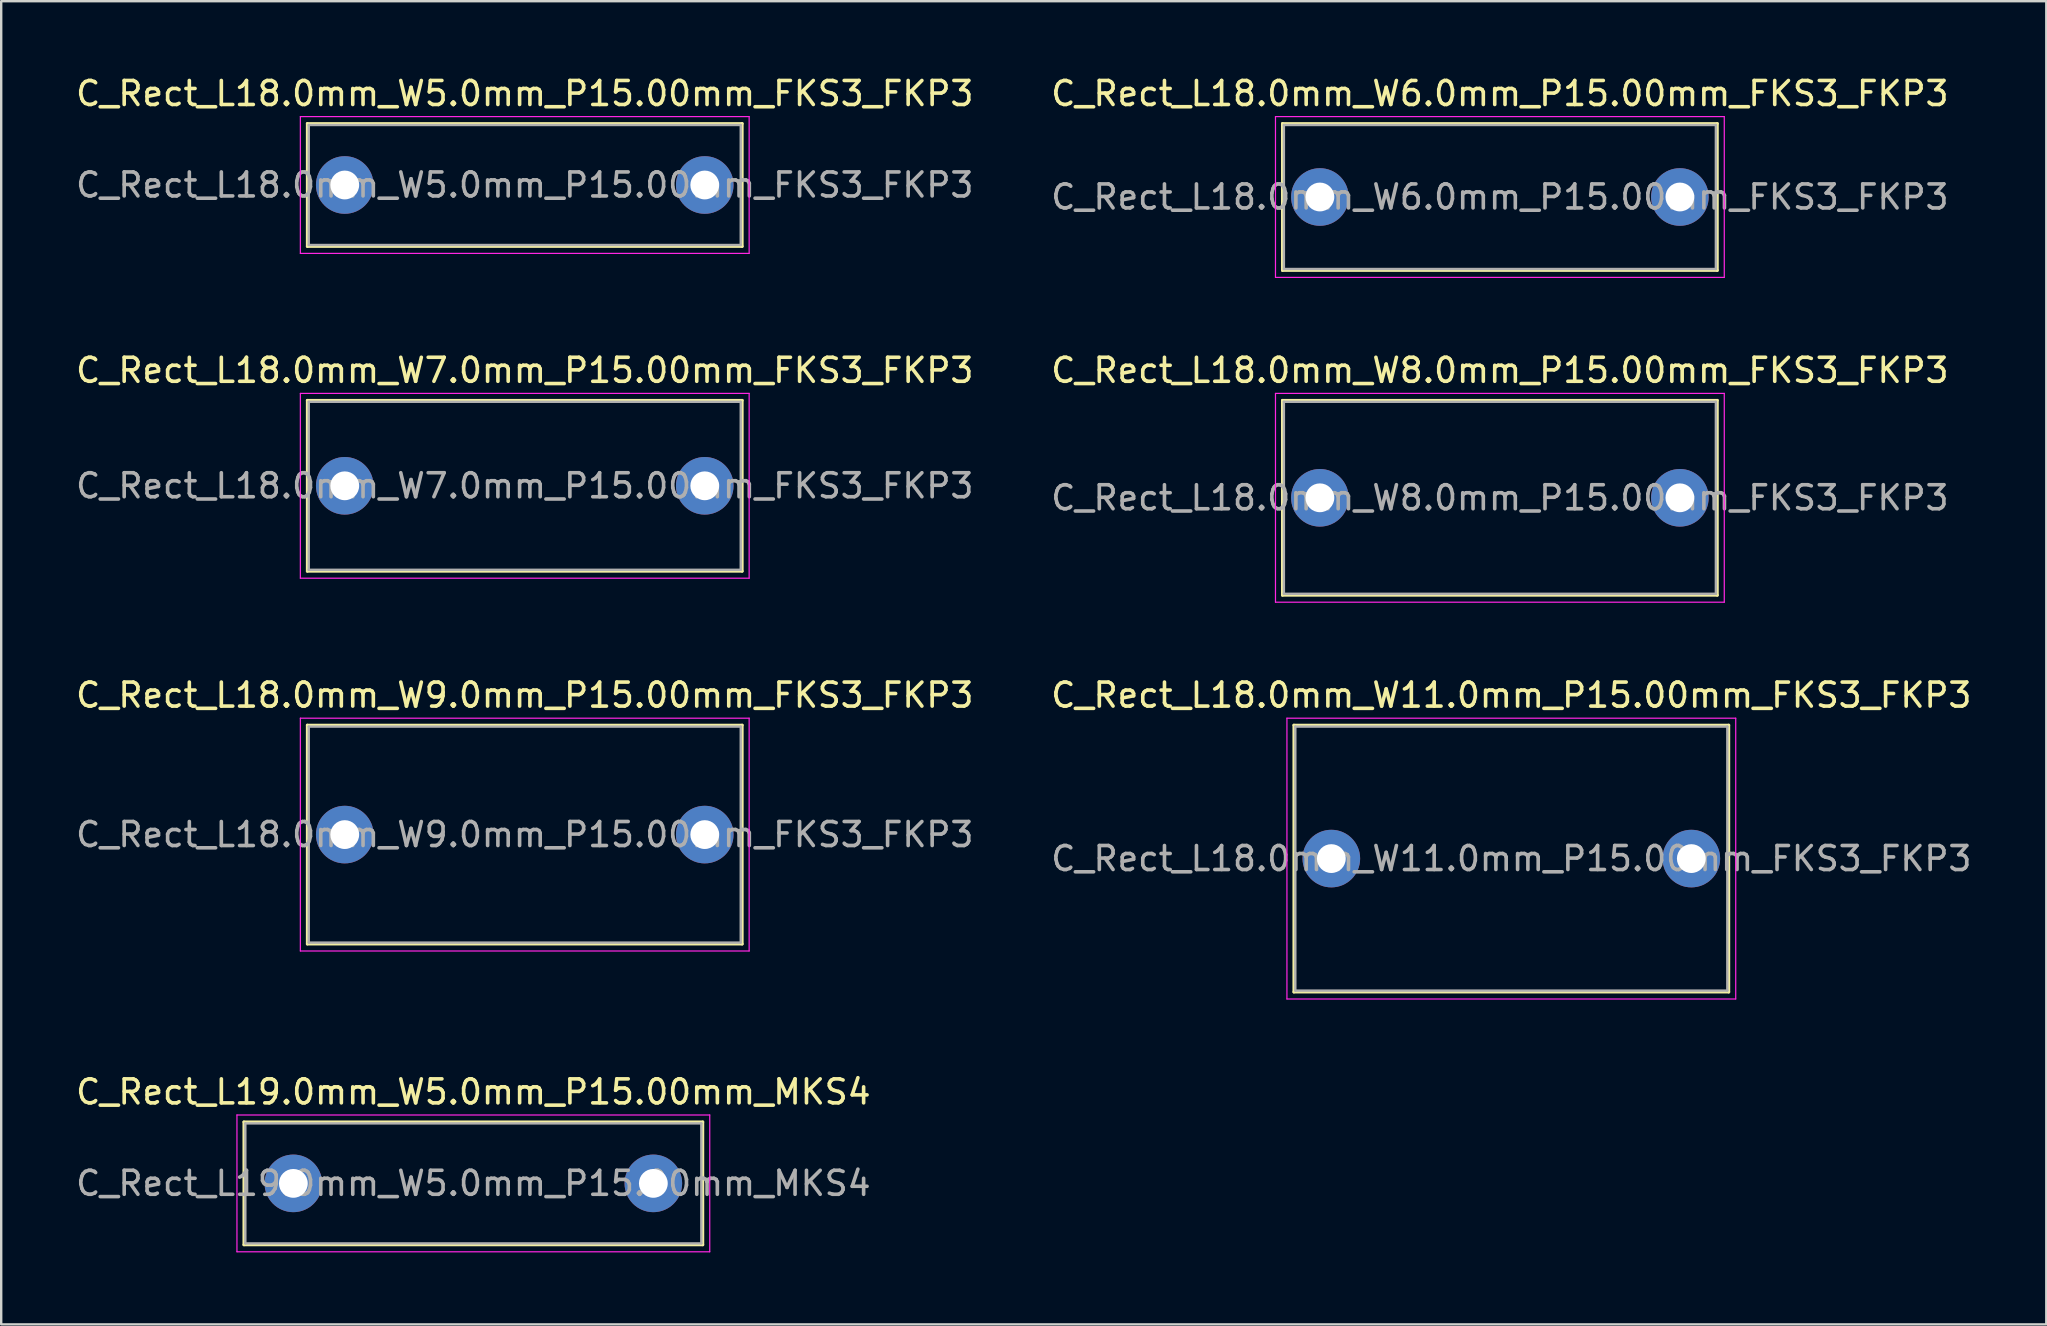
<source format=kicad_pcb>
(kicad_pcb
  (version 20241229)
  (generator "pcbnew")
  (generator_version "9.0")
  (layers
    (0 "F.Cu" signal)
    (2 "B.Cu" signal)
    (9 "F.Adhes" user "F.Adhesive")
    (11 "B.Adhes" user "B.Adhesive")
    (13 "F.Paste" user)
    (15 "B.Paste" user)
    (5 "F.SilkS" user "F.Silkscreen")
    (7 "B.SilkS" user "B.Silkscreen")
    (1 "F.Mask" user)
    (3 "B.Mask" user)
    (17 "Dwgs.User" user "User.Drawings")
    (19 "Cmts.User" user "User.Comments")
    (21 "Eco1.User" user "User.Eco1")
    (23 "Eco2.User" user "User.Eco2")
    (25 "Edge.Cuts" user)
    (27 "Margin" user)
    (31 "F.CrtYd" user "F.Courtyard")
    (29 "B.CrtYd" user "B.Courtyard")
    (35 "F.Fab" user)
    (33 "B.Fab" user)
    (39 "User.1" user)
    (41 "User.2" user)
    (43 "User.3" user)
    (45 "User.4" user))
  (footprint "C_Rect_L18.0mm_W5.0mm_P15.00mm_FKS3_FKP3"
    (layer "F.Cu")
    (at 11.315 4.658)
    (property "Reference" "C_Rect_L18.0mm_W5.0mm_P15.00mm_FKS3_FKP3" (at 7.5 -3.81 0) (layer "F.SilkS") (effects (font (size 1 1) (thickness 0.15))))
    (attr through_hole)
    (fp_line (start -1.56 -2.56) (end -1.56 2.56) (stroke (width 0.12) (type solid)) (layer "F.SilkS"))
    (fp_line (start -1.56 -2.56) (end 16.56 -2.56) (stroke (width 0.12) (type solid)) (layer "F.SilkS"))
    (fp_line (start -1.56 2.56) (end 16.56 2.56) (stroke (width 0.12) (type solid)) (layer "F.SilkS"))
    (fp_line (start 16.56 -2.56) (end 16.56 2.56) (stroke (width 0.12) (type solid)) (layer "F.SilkS"))
    (fp_line (start -1.85 -2.85) (end -1.85 2.85) (stroke (width 0.05) (type solid)) (layer "F.CrtYd"))
    (fp_line (start -1.85 2.85) (end 16.85 2.85) (stroke (width 0.05) (type solid)) (layer "F.CrtYd"))
    (fp_line (start 16.85 -2.85) (end -1.85 -2.85) (stroke (width 0.05) (type solid)) (layer "F.CrtYd"))
    (fp_line (start 16.85 2.85) (end 16.85 -2.85) (stroke (width 0.05) (type solid)) (layer "F.CrtYd"))
    (fp_line (start -1.5 -2.5) (end -1.5 2.5) (stroke (width 0.1) (type solid)) (layer "F.Fab"))
    (fp_line (start -1.5 2.5) (end 16.5 2.5) (stroke (width 0.1) (type solid)) (layer "F.Fab"))
    (fp_line (start 16.5 -2.5) (end -1.5 -2.5) (stroke (width 0.1) (type solid)) (layer "F.Fab"))
    (fp_line (start 16.5 2.5) (end 16.5 -2.5) (stroke (width 0.1) (type solid)) (layer "F.Fab"))
    (fp_text user "${REFERENCE}" (at 7.5 0 0) (layer "F.Fab") (effects (font (size 1 1) (thickness 0.15))))
    (pad "1" thru_hole circle (at 0 0) (size 2.4 2.4) (drill 1.2) (layers "*.Cu" "*.Mask"))
    (pad "2" thru_hole circle (at 15 0) (size 2.4 2.4) (drill 1.2) (layers "*.Cu" "*.Mask")))
  (footprint "C_Rect_L19.0mm_W5.0mm_P15.00mm_MKS4"
    (layer "F.Cu")
    (at 9.173 46.258)
    (property "Reference" "C_Rect_L19.0mm_W5.0mm_P15.00mm_MKS4" (at 7.5 -3.81 0) (layer "F.SilkS") (effects (font (size 1 1) (thickness 0.15))))
    (attr through_hole)
    (fp_line (start -2.06 -2.56) (end -2.06 2.56) (stroke (width 0.12) (type solid)) (layer "F.SilkS"))
    (fp_line (start -2.06 -2.56) (end 17.06 -2.56) (stroke (width 0.12) (type solid)) (layer "F.SilkS"))
    (fp_line (start -2.06 2.56) (end 17.06 2.56) (stroke (width 0.12) (type solid)) (layer "F.SilkS"))
    (fp_line (start 17.06 -2.56) (end 17.06 2.56) (stroke (width 0.12) (type solid)) (layer "F.SilkS"))
    (fp_line (start -2.35 -2.85) (end -2.35 2.85) (stroke (width 0.05) (type solid)) (layer "F.CrtYd"))
    (fp_line (start -2.35 2.85) (end 17.35 2.85) (stroke (width 0.05) (type solid)) (layer "F.CrtYd"))
    (fp_line (start 17.35 -2.85) (end -2.35 -2.85) (stroke (width 0.05) (type solid)) (layer "F.CrtYd"))
    (fp_line (start 17.35 2.85) (end 17.35 -2.85) (stroke (width 0.05) (type solid)) (layer "F.CrtYd"))
    (fp_line (start -2 -2.5) (end -2 2.5) (stroke (width 0.1) (type solid)) (layer "F.Fab"))
    (fp_line (start -2 2.5) (end 17 2.5) (stroke (width 0.1) (type solid)) (layer "F.Fab"))
    (fp_line (start 17 -2.5) (end -2 -2.5) (stroke (width 0.1) (type solid)) (layer "F.Fab"))
    (fp_line (start 17 2.5) (end 17 -2.5) (stroke (width 0.1) (type solid)) (layer "F.Fab"))
    (fp_text user "${REFERENCE}" (at 7.5 0 0) (layer "F.Fab") (effects (font (size 1 1) (thickness 0.15))))
    (pad "1" thru_hole circle (at 0 0) (size 2.4 2.4) (drill 1.2) (layers "*.Cu" "*.Mask"))
    (pad "2" thru_hole circle (at 15 0) (size 2.4 2.4) (drill 1.2) (layers "*.Cu" "*.Mask")))
  (footprint "C_Rect_L18.0mm_W8.0mm_P15.00mm_FKS3_FKP3"
    (layer "F.Cu")
    (at 51.946 17.692)
    (property "Reference" "C_Rect_L18.0mm_W8.0mm_P15.00mm_FKS3_FKP3" (at 7.5 -5.31 0) (layer "F.SilkS") (effects (font (size 1 1) (thickness 0.15))))
    (attr through_hole)
    (fp_line (start -1.56 -4.06) (end -1.56 4.06) (stroke (width 0.12) (type solid)) (layer "F.SilkS"))
    (fp_line (start -1.56 -4.06) (end 16.56 -4.06) (stroke (width 0.12) (type solid)) (layer "F.SilkS"))
    (fp_line (start -1.56 4.06) (end 16.56 4.06) (stroke (width 0.12) (type solid)) (layer "F.SilkS"))
    (fp_line (start 16.56 -4.06) (end 16.56 4.06) (stroke (width 0.12) (type solid)) (layer "F.SilkS"))
    (fp_line (start -1.85 -4.35) (end -1.85 4.35) (stroke (width 0.05) (type solid)) (layer "F.CrtYd"))
    (fp_line (start -1.85 4.35) (end 16.85 4.35) (stroke (width 0.05) (type solid)) (layer "F.CrtYd"))
    (fp_line (start 16.85 -4.35) (end -1.85 -4.35) (stroke (width 0.05) (type solid)) (layer "F.CrtYd"))
    (fp_line (start 16.85 4.35) (end 16.85 -4.35) (stroke (width 0.05) (type solid)) (layer "F.CrtYd"))
    (fp_line (start -1.5 -4) (end -1.5 4) (stroke (width 0.1) (type solid)) (layer "F.Fab"))
    (fp_line (start -1.5 4) (end 16.5 4) (stroke (width 0.1) (type solid)) (layer "F.Fab"))
    (fp_line (start 16.5 -4) (end -1.5 -4) (stroke (width 0.1) (type solid)) (layer "F.Fab"))
    (fp_line (start 16.5 4) (end 16.5 -4) (stroke (width 0.1) (type solid)) (layer "F.Fab"))
    (fp_text user "${REFERENCE}" (at 7.5 0 0) (layer "F.Fab") (effects (font (size 1 1) (thickness 0.15))))
    (pad "1" thru_hole circle (at 0 0) (size 2.4 2.4) (drill 1.2) (layers "*.Cu" "*.Mask"))
    (pad "2" thru_hole circle (at 15 0) (size 2.4 2.4) (drill 1.2) (layers "*.Cu" "*.Mask")))
  (footprint "C_Rect_L18.0mm_W9.0mm_P15.00mm_FKS3_FKP3"
    (layer "F.Cu")
    (at 11.315 31.725)
    (property "Reference" "C_Rect_L18.0mm_W9.0mm_P15.00mm_FKS3_FKP3" (at 7.5 -5.81 0) (layer "F.SilkS") (effects (font (size 1 1) (thickness 0.15))))
    (attr through_hole)
    (fp_line (start -1.56 -4.56) (end -1.56 4.56) (stroke (width 0.12) (type solid)) (layer "F.SilkS"))
    (fp_line (start -1.56 -4.56) (end 16.56 -4.56) (stroke (width 0.12) (type solid)) (layer "F.SilkS"))
    (fp_line (start -1.56 4.56) (end 16.56 4.56) (stroke (width 0.12) (type solid)) (layer "F.SilkS"))
    (fp_line (start 16.56 -4.56) (end 16.56 4.56) (stroke (width 0.12) (type solid)) (layer "F.SilkS"))
    (fp_line (start -1.85 -4.85) (end -1.85 4.85) (stroke (width 0.05) (type solid)) (layer "F.CrtYd"))
    (fp_line (start -1.85 4.85) (end 16.85 4.85) (stroke (width 0.05) (type solid)) (layer "F.CrtYd"))
    (fp_line (start 16.85 -4.85) (end -1.85 -4.85) (stroke (width 0.05) (type solid)) (layer "F.CrtYd"))
    (fp_line (start 16.85 4.85) (end 16.85 -4.85) (stroke (width 0.05) (type solid)) (layer "F.CrtYd"))
    (fp_line (start -1.5 -4.5) (end -1.5 4.5) (stroke (width 0.1) (type solid)) (layer "F.Fab"))
    (fp_line (start -1.5 4.5) (end 16.5 4.5) (stroke (width 0.1) (type solid)) (layer "F.Fab"))
    (fp_line (start 16.5 -4.5) (end -1.5 -4.5) (stroke (width 0.1) (type solid)) (layer "F.Fab"))
    (fp_line (start 16.5 4.5) (end 16.5 -4.5) (stroke (width 0.1) (type solid)) (layer "F.Fab"))
    (fp_text user "${REFERENCE}" (at 7.5 0 0) (layer "F.Fab") (effects (font (size 1 1) (thickness 0.15))))
    (pad "1" thru_hole circle (at 0 0) (size 2.4 2.4) (drill 1.2) (layers "*.Cu" "*.Mask"))
    (pad "2" thru_hole circle (at 15 0) (size 2.4 2.4) (drill 1.2) (layers "*.Cu" "*.Mask")))
  (footprint "C_Rect_L18.0mm_W7.0mm_P15.00mm_FKS3_FKP3"
    (layer "F.Cu")
    (at 11.315 17.192)
    (property "Reference" "C_Rect_L18.0mm_W7.0mm_P15.00mm_FKS3_FKP3" (at 7.5 -4.81 0) (layer "F.SilkS") (effects (font (size 1 1) (thickness 0.15))))
    (attr through_hole)
    (fp_line (start -1.56 -3.56) (end -1.56 3.56) (stroke (width 0.12) (type solid)) (layer "F.SilkS"))
    (fp_line (start -1.56 -3.56) (end 16.56 -3.56) (stroke (width 0.12) (type solid)) (layer "F.SilkS"))
    (fp_line (start -1.56 3.56) (end 16.56 3.56) (stroke (width 0.12) (type solid)) (layer "F.SilkS"))
    (fp_line (start 16.56 -3.56) (end 16.56 3.56) (stroke (width 0.12) (type solid)) (layer "F.SilkS"))
    (fp_line (start -1.85 -3.85) (end -1.85 3.85) (stroke (width 0.05) (type solid)) (layer "F.CrtYd"))
    (fp_line (start -1.85 3.85) (end 16.85 3.85) (stroke (width 0.05) (type solid)) (layer "F.CrtYd"))
    (fp_line (start 16.85 -3.85) (end -1.85 -3.85) (stroke (width 0.05) (type solid)) (layer "F.CrtYd"))
    (fp_line (start 16.85 3.85) (end 16.85 -3.85) (stroke (width 0.05) (type solid)) (layer "F.CrtYd"))
    (fp_line (start -1.5 -3.5) (end -1.5 3.5) (stroke (width 0.1) (type solid)) (layer "F.Fab"))
    (fp_line (start -1.5 3.5) (end 16.5 3.5) (stroke (width 0.1) (type solid)) (layer "F.Fab"))
    (fp_line (start 16.5 -3.5) (end -1.5 -3.5) (stroke (width 0.1) (type solid)) (layer "F.Fab"))
    (fp_line (start 16.5 3.5) (end 16.5 -3.5) (stroke (width 0.1) (type solid)) (layer "F.Fab"))
    (fp_text user "${REFERENCE}" (at 7.5 0 0) (layer "F.Fab") (effects (font (size 1 1) (thickness 0.15))))
    (pad "1" thru_hole circle (at 0 0) (size 2.4 2.4) (drill 1.2) (layers "*.Cu" "*.Mask"))
    (pad "2" thru_hole circle (at 15 0) (size 2.4 2.4) (drill 1.2) (layers "*.Cu" "*.Mask")))
  (footprint "C_Rect_L18.0mm_W11.0mm_P15.00mm_FKS3_FKP3"
    (layer "F.Cu")
    (at 52.423 32.725)
    (property "Reference" "C_Rect_L18.0mm_W11.0mm_P15.00mm_FKS3_FKP3" (at 7.5 -6.81 0) (layer "F.SilkS") (effects (font (size 1 1) (thickness 0.15))))
    (attr through_hole)
    (fp_line (start -1.56 -5.56) (end -1.56 5.56) (stroke (width 0.12) (type solid)) (layer "F.SilkS"))
    (fp_line (start -1.56 -5.56) (end 16.56 -5.56) (stroke (width 0.12) (type solid)) (layer "F.SilkS"))
    (fp_line (start -1.56 5.56) (end 16.56 5.56) (stroke (width 0.12) (type solid)) (layer "F.SilkS"))
    (fp_line (start 16.56 -5.56) (end 16.56 5.56) (stroke (width 0.12) (type solid)) (layer "F.SilkS"))
    (fp_line (start -1.85 -5.85) (end -1.85 5.85) (stroke (width 0.05) (type solid)) (layer "F.CrtYd"))
    (fp_line (start -1.85 5.85) (end 16.85 5.85) (stroke (width 0.05) (type solid)) (layer "F.CrtYd"))
    (fp_line (start 16.85 -5.85) (end -1.85 -5.85) (stroke (width 0.05) (type solid)) (layer "F.CrtYd"))
    (fp_line (start 16.85 5.85) (end 16.85 -5.85) (stroke (width 0.05) (type solid)) (layer "F.CrtYd"))
    (fp_line (start -1.5 -5.5) (end -1.5 5.5) (stroke (width 0.1) (type solid)) (layer "F.Fab"))
    (fp_line (start -1.5 5.5) (end 16.5 5.5) (stroke (width 0.1) (type solid)) (layer "F.Fab"))
    (fp_line (start 16.5 -5.5) (end -1.5 -5.5) (stroke (width 0.1) (type solid)) (layer "F.Fab"))
    (fp_line (start 16.5 5.5) (end 16.5 -5.5) (stroke (width 0.1) (type solid)) (layer "F.Fab"))
    (fp_text user "${REFERENCE}" (at 7.5 0 0) (layer "F.Fab") (effects (font (size 1 1) (thickness 0.15))))
    (pad "1" thru_hole circle (at 0 0) (size 2.4 2.4) (drill 1.2) (layers "*.Cu" "*.Mask"))
    (pad "2" thru_hole circle (at 15 0) (size 2.4 2.4) (drill 1.2) (layers "*.Cu" "*.Mask")))
  (footprint "C_Rect_L18.0mm_W6.0mm_P15.00mm_FKS3_FKP3"
    (layer "F.Cu")
    (at 51.946 5.158)
    (property "Reference" "C_Rect_L18.0mm_W6.0mm_P15.00mm_FKS3_FKP3" (at 7.5 -4.31 0) (layer "F.SilkS") (effects (font (size 1 1) (thickness 0.15))))
    (attr through_hole)
    (fp_line (start -1.56 -3.06) (end -1.56 3.06) (stroke (width 0.12) (type solid)) (layer "F.SilkS"))
    (fp_line (start -1.56 -3.06) (end 16.56 -3.06) (stroke (width 0.12) (type solid)) (layer "F.SilkS"))
    (fp_line (start -1.56 3.06) (end 16.56 3.06) (stroke (width 0.12) (type solid)) (layer "F.SilkS"))
    (fp_line (start 16.56 -3.06) (end 16.56 3.06) (stroke (width 0.12) (type solid)) (layer "F.SilkS"))
    (fp_line (start -1.85 -3.35) (end -1.85 3.35) (stroke (width 0.05) (type solid)) (layer "F.CrtYd"))
    (fp_line (start -1.85 3.35) (end 16.85 3.35) (stroke (width 0.05) (type solid)) (layer "F.CrtYd"))
    (fp_line (start 16.85 -3.35) (end -1.85 -3.35) (stroke (width 0.05) (type solid)) (layer "F.CrtYd"))
    (fp_line (start 16.85 3.35) (end 16.85 -3.35) (stroke (width 0.05) (type solid)) (layer "F.CrtYd"))
    (fp_line (start -1.5 -3) (end -1.5 3) (stroke (width 0.1) (type solid)) (layer "F.Fab"))
    (fp_line (start -1.5 3) (end 16.5 3) (stroke (width 0.1) (type solid)) (layer "F.Fab"))
    (fp_line (start 16.5 -3) (end -1.5 -3) (stroke (width 0.1) (type solid)) (layer "F.Fab"))
    (fp_line (start 16.5 3) (end 16.5 -3) (stroke (width 0.1) (type solid)) (layer "F.Fab"))
    (fp_text user "${REFERENCE}" (at 7.5 0 0) (layer "F.Fab") (effects (font (size 1 1) (thickness 0.15))))
    (pad "1" thru_hole circle (at 0 0) (size 2.4 2.4) (drill 1.2) (layers "*.Cu" "*.Mask"))
    (pad "2" thru_hole circle (at 15 0) (size 2.4 2.4) (drill 1.2) (layers "*.Cu" "*.Mask")))
  (gr_rect
    (start -3 -3)
    (end 82.214 52.133)
    (stroke (width 0.1) (type default))
    (fill no)
    (layer "Edge.Cuts")))
</source>
